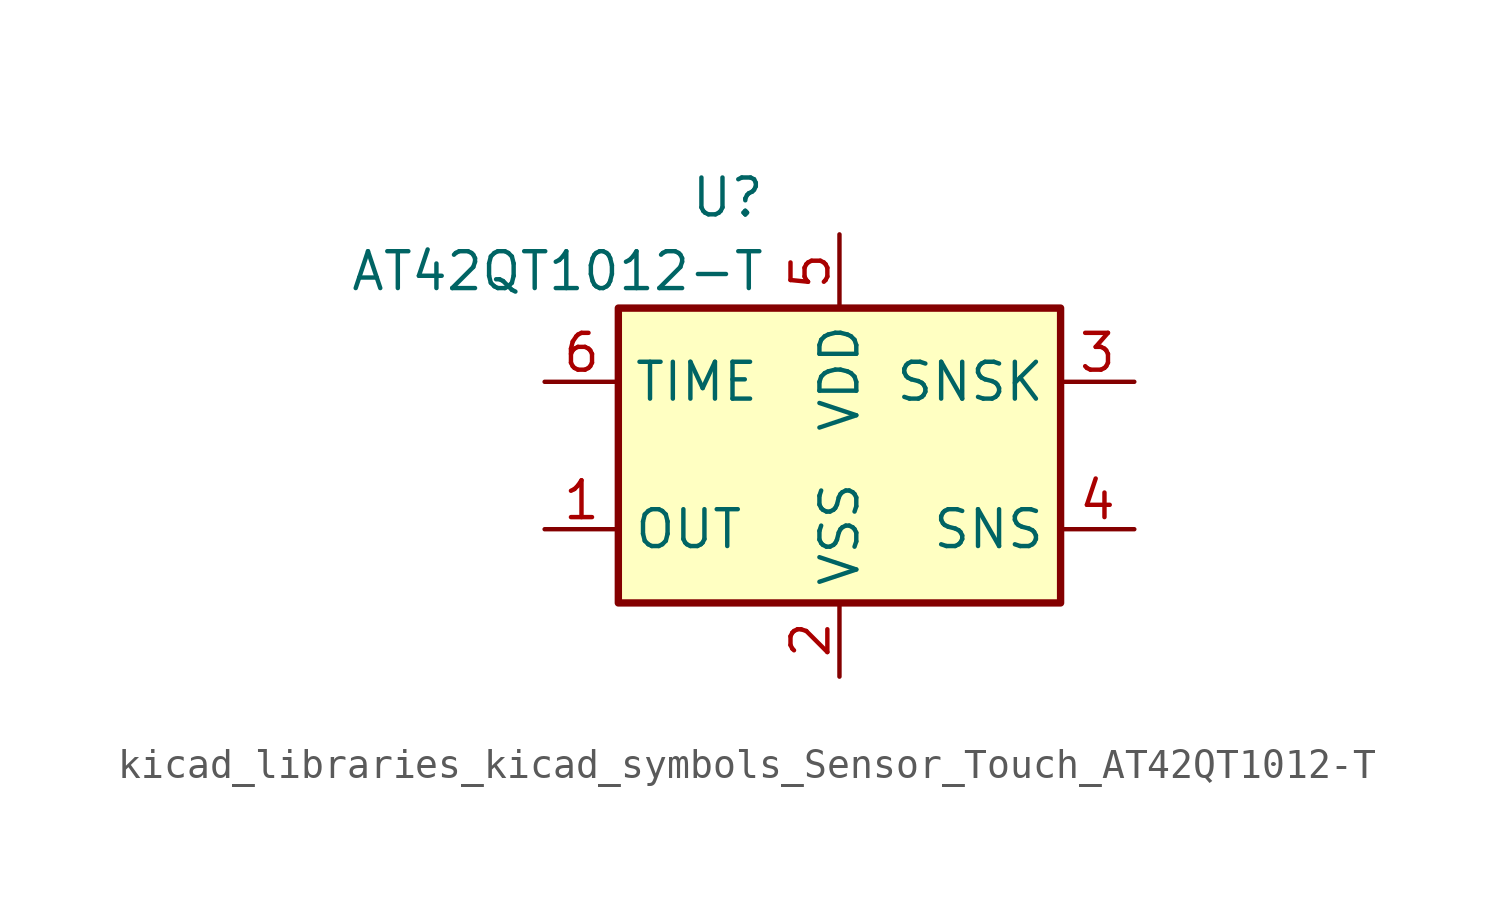
<source format=kicad_sym>
(kicad_symbol_lib
  (version 20220914)
  (generator kicad_symbol_editor)
  (symbol "kicad_libraries_kicad_symbols_Sensor_Touch_AT42QT1012-T"
    (property "Reference" "U"
      (at -2.54 8.89 0)
      (effects (font (size 1.27 1.27)) (justify right)))
    (property "Value" "AT42QT1012-T"
      (at -2.54 6.35 0)
      (effects (font (size 1.27 1.27)) (justify right)))
    (symbol "kicad_libraries_kicad_symbols_Sensor_Touch_AT42QT1012-T_0_1"
      (rectangle (start -7.62 5.08) (end 7.62 -5.08) (stroke (width 0.254) (type default)) (fill (type background))))
    (symbol "kicad_libraries_kicad_symbols_Sensor_Touch_AT42QT1012-T_1_1"
      (pin output line (at -10.16 -2.54 0) (length 2.54) (name "OUT" (effects (font (size 1.27 1.27)))) (number "1" (effects (font (size 1.27 1.27)))))
      (pin power_in line (at 0 -7.62 90) (length 2.54) (name "VSS" (effects (font (size 1.27 1.27)))) (number "2" (effects (font (size 1.27 1.27)))))
      (pin passive line (at 10.16 2.54 180) (length 2.54) (name "SNSK" (effects (font (size 1.27 1.27)))) (number "3" (effects (font (size 1.27 1.27)))))
      (pin passive line (at 10.16 -2.54 180) (length 2.54) (name "SNS" (effects (font (size 1.27 1.27)))) (number "4" (effects (font (size 1.27 1.27)))))
      (pin power_in line (at 0 7.62 270) (length 2.54) (name "VDD" (effects (font (size 1.27 1.27)))) (number "5" (effects (font (size 1.27 1.27)))))
      (pin input line (at -10.16 2.54 0) (length 2.54) (name "TIME" (effects (font (size 1.27 1.27)))) (number "6" (effects (font (size 1.27 1.27))))))))
</source>
